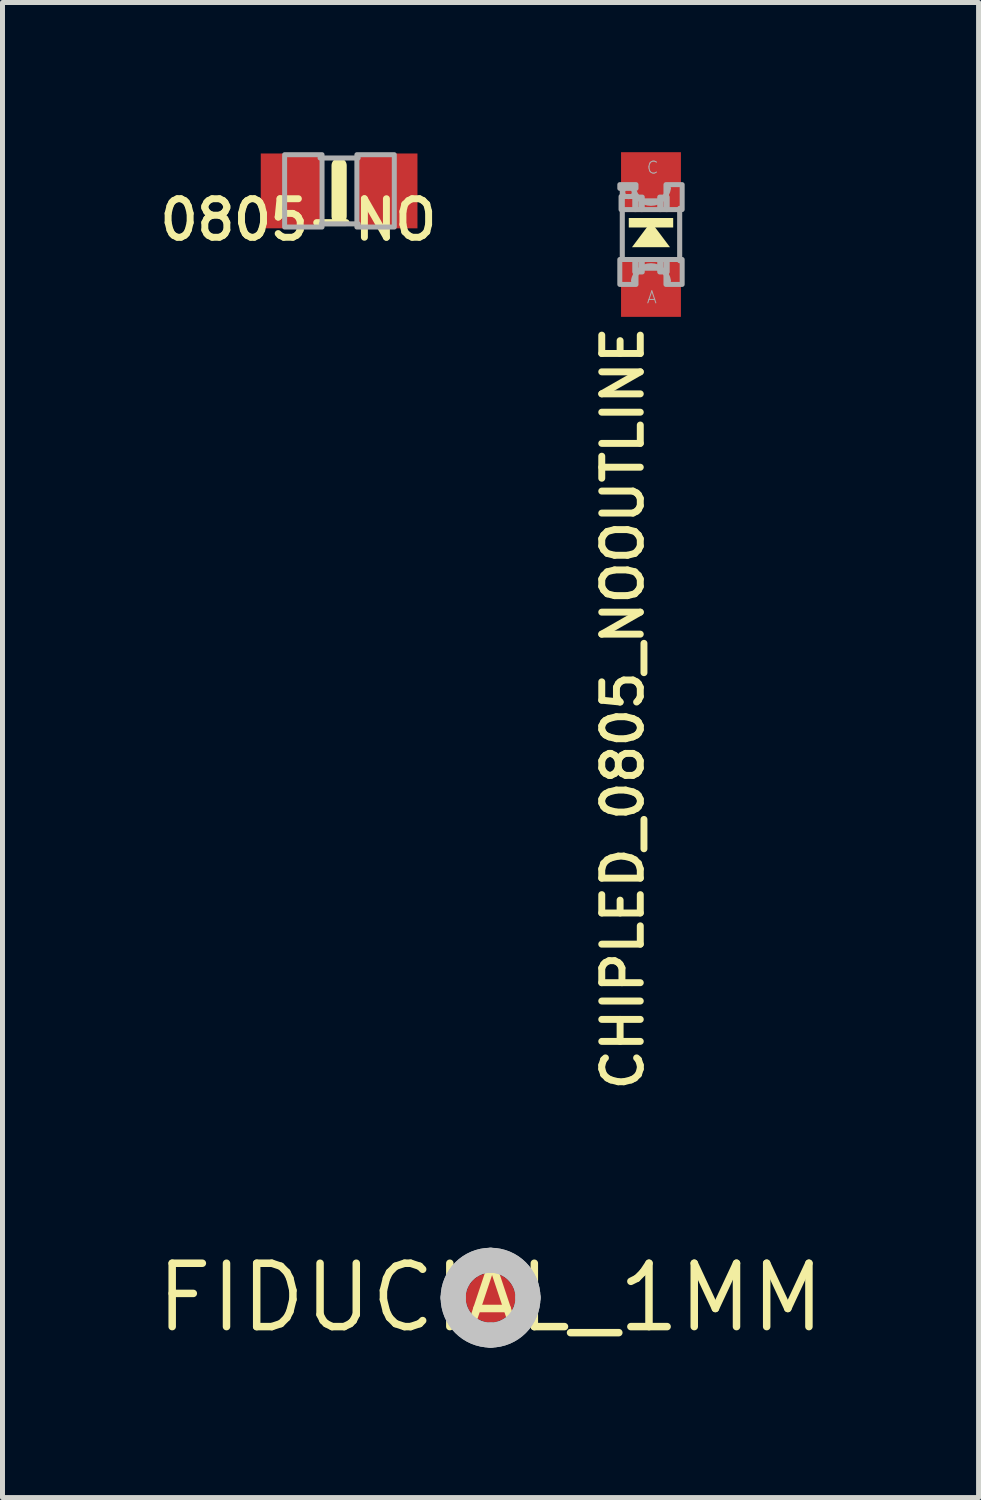
<source format=kicad_pcb>
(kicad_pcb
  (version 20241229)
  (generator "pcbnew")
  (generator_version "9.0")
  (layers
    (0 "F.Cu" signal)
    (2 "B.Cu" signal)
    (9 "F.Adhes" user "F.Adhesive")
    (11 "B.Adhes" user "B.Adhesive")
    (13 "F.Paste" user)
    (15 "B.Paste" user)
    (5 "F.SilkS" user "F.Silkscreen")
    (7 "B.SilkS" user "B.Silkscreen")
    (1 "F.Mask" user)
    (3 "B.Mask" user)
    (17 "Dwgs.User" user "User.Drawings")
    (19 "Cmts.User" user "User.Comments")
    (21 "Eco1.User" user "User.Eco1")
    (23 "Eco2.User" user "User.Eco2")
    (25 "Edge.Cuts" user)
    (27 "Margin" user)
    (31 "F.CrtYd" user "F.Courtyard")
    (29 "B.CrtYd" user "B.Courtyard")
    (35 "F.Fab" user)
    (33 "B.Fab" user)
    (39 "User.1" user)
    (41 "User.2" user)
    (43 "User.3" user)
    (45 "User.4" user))
  (footprint "0805-NO"
    (layer "F.Cu")
    (at 3.746 0.776)
    (property "Reference" "0805-NO" (at 2.032 0.127 180) (layer "F.SilkS") (effects (font (size 0.772 0.772) (thickness 0.139)) (justify right top)))
    (attr through_hole)
    (fp_line (start 0 -0.508) (end 0 0.508) (stroke (width 0.305) (type solid)) (layer "F.SilkS"))
    (fp_line (start -0.381 -0.66) (end 0.381 -0.66) (stroke (width 0.102) (type solid)) (layer "F.Fab"))
    (fp_line (start -0.356 0.66) (end 0.381 0.66) (stroke (width 0.102) (type solid)) (layer "F.Fab"))
    (fp_poly (pts (xy -1.092 0.724) (xy -0.342 0.724) (xy -0.342 -0.726) (xy -1.092 -0.726)) (stroke (width 0.1) (type solid)) (fill no) (layer "F.Fab"))
    (fp_poly (pts (xy 0.356 0.724) (xy 1.106 0.724) (xy 1.106 -0.726) (xy 0.356 -0.726)) (stroke (width 0.1) (type solid)) (fill no) (layer "F.Fab"))
    (pad "1" smd rect (at -0.95 0) (size 1.24 1.5) (layers "F.Cu" "F.Mask" "F.Paste"))
    (pad "2" smd rect (at 0.95 0) (size 1.24 1.5) (layers "F.Cu" "F.Mask" "F.Paste")))
  (footprint "CHIPLED_0805_NOOUTLINE"
    (layer "F.Cu")
    (at 9.996 1.65)
    (property "Reference" "CHIPLED_0805_NOOUTLINE" (at -1.016 1.778 270) (layer "F.SilkS") (effects (font (size 0.772 0.772) (thickness 0.139)) (justify right top)))
    (attr through_hole)
    (fp_poly (pts (xy 0 -0.254) (xy -0.381 0.254) (xy 0.381 0.254)) (stroke (width 0) (type solid)) (fill yes) (layer "F.SilkS"))
    (fp_poly (pts (xy -0.445 -0.141) (xy 0.445 -0.141) (xy 0.445 -0.331) (xy -0.445 -0.331)) (stroke (width 0) (type solid)) (fill yes) (layer "F.SilkS"))
    (fp_line (start -0.575 0.5) (end -0.575 -0.925) (stroke (width 0.102) (type solid)) (layer "F.Fab"))
    (fp_line (start 0.575 -0.525) (end 0.575 0.525) (stroke (width 0.102) (type solid)) (layer "F.Fab"))
    (fp_arc (start -0.35 0.925) (mid -0.000001 0.625027) (end 0.35 0.924998) (stroke (width 0.1016) (type solid)) (layer "F.Fab"))
    (fp_arc (start 0.35 -0.924998) (mid -0.000001 -0.625027) (end -0.35 -0.925) (stroke (width 0.1016) (type solid)) (layer "F.Fab"))
    (fp_circle (center -0.45 -0.85) (end -0.347 -0.85) (stroke (width 0.076) (type solid)) (fill no) (layer "F.Fab"))
    (fp_poly (pts (xy -0.625 -0.925) (xy -0.3 -0.925) (xy -0.3 -1) (xy -0.625 -1)) (stroke (width 0.1) (type solid)) (fill no) (layer "F.Fab"))
    (fp_poly (pts (xy -0.625 1) (xy -0.3 1) (xy -0.3 0.5) (xy -0.625 0.5)) (stroke (width 0.1) (type solid)) (fill no) (layer "F.Fab"))
    (fp_poly (pts (xy -0.6 -0.5) (xy -0.3 -0.5) (xy -0.3 -0.762) (xy -0.6 -0.762)) (stroke (width 0.1) (type solid)) (fill no) (layer "F.Fab"))
    (fp_poly (pts (xy -0.325 -0.5) (xy -0.175 -0.5) (xy -0.175 -0.75) (xy -0.325 -0.75)) (stroke (width 0.1) (type solid)) (fill no) (layer "F.Fab"))
    (fp_poly (pts (xy -0.325 0.75) (xy -0.175 0.75) (xy -0.175 0.5) (xy -0.325 0.5)) (stroke (width 0.1) (type solid)) (fill no) (layer "F.Fab"))
    (fp_poly (pts (xy -0.2 -0.5) (xy 0.2 -0.5) (xy 0.2 -0.675) (xy -0.2 -0.675)) (stroke (width 0.1) (type solid)) (fill no) (layer "F.Fab"))
    (fp_poly (pts (xy -0.2 0.675) (xy 0.2 0.675) (xy 0.2 0.5) (xy -0.2 0.5)) (stroke (width 0.1) (type solid)) (fill no) (layer "F.Fab"))
    (fp_poly (pts (xy 0.175 -0.5) (xy 0.325 -0.5) (xy 0.325 -0.75) (xy 0.175 -0.75)) (stroke (width 0.1) (type solid)) (fill no) (layer "F.Fab"))
    (fp_poly (pts (xy 0.175 0.75) (xy 0.325 0.75) (xy 0.325 0.5) (xy 0.175 0.5)) (stroke (width 0.1) (type solid)) (fill no) (layer "F.Fab"))
    (fp_poly (pts (xy 0.3 -0.5) (xy 0.625 -0.5) (xy 0.625 -1) (xy 0.3 -1)) (stroke (width 0.1) (type solid)) (fill no) (layer "F.Fab"))
    (fp_poly (pts (xy 0.3 1) (xy 0.625 1) (xy 0.625 0.5) (xy 0.3 0.5)) (stroke (width 0.1) (type solid)) (fill no) (layer "F.Fab"))
    (fp_text user "C" (at -0.1 -1.2 0) (layer "F.Fab") (effects (font (size 0.241 0.241) (thickness 0.02)) (justify left bottom)))
    (fp_text user "A" (at -0.1 1.4 0) (layer "F.Fab") (effects (font (size 0.241 0.241) (thickness 0.02)) (justify left bottom)))
    (pad "A" smd rect (at 0 1.05) (size 1.2 1.2) (layers "F.Cu" "F.Mask" "F.Paste"))
    (pad "C" smd rect (at 0 -1.05) (size 1.2 1.2) (layers "F.Cu" "F.Mask" "F.Paste")))
  (footprint "FIDUCIAL_1MM"
    (layer "F.Cu")
    (at 6.781 22.956)
    (property "Reference" "FIDUCIAL_1MM" (at 0 0 0) (layer "F.SilkS") (effects (font (size 1.27 1.27) (thickness 0.15))))
    (attr through_hole)
    (fp_arc (start -0.75 0) (mid -0.53033 -0.53033) (end 0 -0.75) (stroke (width 0.5) (type solid)) (layer "F.Mask"))
    (fp_arc (start 0 -0.75) (mid 0.53033 -0.53033) (end 0.75 0) (stroke (width 0.5) (type solid)) (layer "F.Mask"))
    (fp_arc (start 0 0.75) (mid -0.53033 0.53033) (end -0.75 0) (stroke (width 0.5) (type solid)) (layer "F.Mask"))
    (fp_arc (start 0.75 0) (mid 0.53033 0.53033) (end 0 0.75) (stroke (width 0.5) (type solid)) (layer "F.Mask"))
    (fp_arc (start -0.75 0) (mid -0.53033 -0.53033) (end 0 -0.75) (stroke (width 0.5) (type solid)) (layer "Dwgs.User"))
    (fp_arc (start -0.75 0) (mid -0.53033 -0.53033) (end 0 -0.75) (stroke (width 0.5) (type solid)) (layer "Dwgs.User"))
    (fp_arc (start 0 -0.75) (mid 0.53033 -0.53033) (end 0.75 0) (stroke (width 0.5) (type solid)) (layer "Dwgs.User"))
    (fp_arc (start 0 -0.75) (mid 0.53033 -0.53033) (end 0.75 0) (stroke (width 0.5) (type solid)) (layer "Dwgs.User"))
    (fp_arc (start 0 0.75) (mid -0.53033 0.53033) (end -0.75 0) (stroke (width 0.5) (type solid)) (layer "Dwgs.User"))
    (fp_arc (start 0 0.75) (mid -0.53033 0.53033) (end -0.75 0) (stroke (width 0.5) (type solid)) (layer "Dwgs.User"))
    (fp_arc (start 0.75 0) (mid 0.53033 0.53033) (end 0 0.75) (stroke (width 0.5) (type solid)) (layer "Dwgs.User"))
    (fp_arc (start 0.75 0) (mid 0.53033 0.53033) (end 0 0.75) (stroke (width 0.5) (type solid)) (layer "Dwgs.User"))
    (pad "1" smd roundrect (at 0 0) (size 1 1) (layers "F.Cu" "F.Mask") (roundrect_rratio 0.5)))
  (gr_rect
    (start -3 -3)
    (end 16.561 26.962)
    (stroke (width 0.1) (type default))
    (fill no)
    (layer "Edge.Cuts")))
</source>
